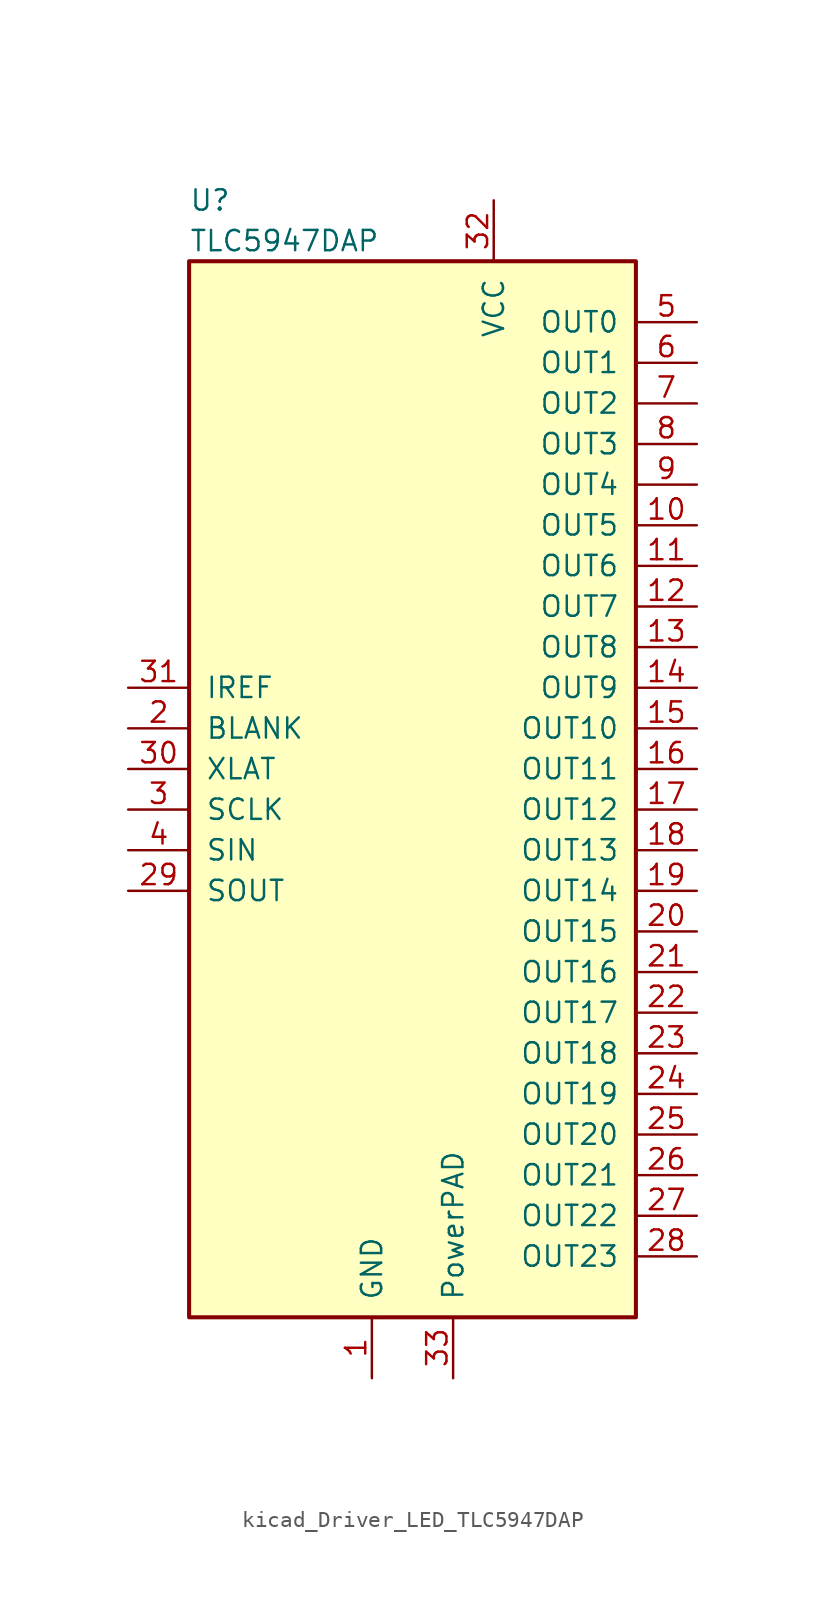
<source format=kicad_sym>
(kicad_symbol_lib
  (version 20220914)
  (generator kicad_symbol_editor)
  (symbol "kicad_Driver_LED_TLC5947DAP"
    (pin_names
      (offset 1.016))
    (property "Reference" "U"
      (at -13.97 38.1 0)
      (effects (font (size 1.27 1.27)) (justify left)))
    (property "Value" "TLC5947DAP"
      (at -13.97 35.56 0)
      (effects (font (size 1.27 1.27)) (justify left)))
    (symbol "kicad_Driver_LED_TLC5947DAP_0_1"
      (rectangle (start -13.97 34.29) (end 13.97 -31.75) (stroke (width 0.254) (type default)) (fill (type background)))
      (pin power_in line (at -2.54 -35.56 90) (length 3.81) (name "GND" (effects (font (size 1.27 1.27)))) (number "1" (effects (font (size 1.27 1.27)))))
      (pin output line (at 17.78 17.78 180) (length 3.81) (name "OUT5" (effects (font (size 1.27 1.27)))) (number "10" (effects (font (size 1.27 1.27)))))
      (pin output line (at 17.78 15.24 180) (length 3.81) (name "OUT6" (effects (font (size 1.27 1.27)))) (number "11" (effects (font (size 1.27 1.27)))))
      (pin output line (at 17.78 12.7 180) (length 3.81) (name "OUT7" (effects (font (size 1.27 1.27)))) (number "12" (effects (font (size 1.27 1.27)))))
      (pin output line (at 17.78 10.16 180) (length 3.81) (name "OUT8" (effects (font (size 1.27 1.27)))) (number "13" (effects (font (size 1.27 1.27)))))
      (pin output line (at 17.78 7.62 180) (length 3.81) (name "OUT9" (effects (font (size 1.27 1.27)))) (number "14" (effects (font (size 1.27 1.27)))))
      (pin output line (at 17.78 5.08 180) (length 3.81) (name "OUT10" (effects (font (size 1.27 1.27)))) (number "15" (effects (font (size 1.27 1.27)))))
      (pin output line (at 17.78 2.54 180) (length 3.81) (name "OUT11" (effects (font (size 1.27 1.27)))) (number "16" (effects (font (size 1.27 1.27)))))
      (pin output line (at 17.78 0 180) (length 3.81) (name "OUT12" (effects (font (size 1.27 1.27)))) (number "17" (effects (font (size 1.27 1.27)))))
      (pin output line (at 17.78 -2.54 180) (length 3.81) (name "OUT13" (effects (font (size 1.27 1.27)))) (number "18" (effects (font (size 1.27 1.27)))))
      (pin output line (at 17.78 -5.08 180) (length 3.81) (name "OUT14" (effects (font (size 1.27 1.27)))) (number "19" (effects (font (size 1.27 1.27)))))
      (pin input line (at -17.78 5.08 0) (length 3.81) (name "BLANK" (effects (font (size 1.27 1.27)))) (number "2" (effects (font (size 1.27 1.27)))))
      (pin output line (at 17.78 -7.62 180) (length 3.81) (name "OUT15" (effects (font (size 1.27 1.27)))) (number "20" (effects (font (size 1.27 1.27)))))
      (pin output line (at 17.78 -10.16 180) (length 3.81) (name "OUT16" (effects (font (size 1.27 1.27)))) (number "21" (effects (font (size 1.27 1.27)))))
      (pin output line (at 17.78 -12.7 180) (length 3.81) (name "OUT17" (effects (font (size 1.27 1.27)))) (number "22" (effects (font (size 1.27 1.27)))))
      (pin output line (at 17.78 -15.24 180) (length 3.81) (name "OUT18" (effects (font (size 1.27 1.27)))) (number "23" (effects (font (size 1.27 1.27)))))
      (pin output line (at 17.78 -17.78 180) (length 3.81) (name "OUT19" (effects (font (size 1.27 1.27)))) (number "24" (effects (font (size 1.27 1.27)))))
      (pin output line (at 17.78 -20.32 180) (length 3.81) (name "OUT20" (effects (font (size 1.27 1.27)))) (number "25" (effects (font (size 1.27 1.27)))))
      (pin output line (at 17.78 -22.86 180) (length 3.81) (name "OUT21" (effects (font (size 1.27 1.27)))) (number "26" (effects (font (size 1.27 1.27)))))
      (pin output line (at 17.78 -25.4 180) (length 3.81) (name "OUT22" (effects (font (size 1.27 1.27)))) (number "27" (effects (font (size 1.27 1.27)))))
      (pin output line (at 17.78 -27.94 180) (length 3.81) (name "OUT23" (effects (font (size 1.27 1.27)))) (number "28" (effects (font (size 1.27 1.27)))))
      (pin output line (at -17.78 -5.08 0) (length 3.81) (name "SOUT" (effects (font (size 1.27 1.27)))) (number "29" (effects (font (size 1.27 1.27)))))
      (pin input line (at -17.78 0 0) (length 3.81) (name "SCLK" (effects (font (size 1.27 1.27)))) (number "3" (effects (font (size 1.27 1.27)))))
      (pin input line (at -17.78 2.54 0) (length 3.81) (name "XLAT" (effects (font (size 1.27 1.27)))) (number "30" (effects (font (size 1.27 1.27)))))
      (pin input line (at -17.78 7.62 0) (length 3.81) (name "IREF" (effects (font (size 1.27 1.27)))) (number "31" (effects (font (size 1.27 1.27)))))
      (pin power_in line (at 5.08 38.1 270) (length 3.81) (name "VCC" (effects (font (size 1.27 1.27)))) (number "32" (effects (font (size 1.27 1.27)))))
      (pin power_in line (at 2.54 -35.56 90) (length 3.81) (name "PowerPAD" (effects (font (size 1.27 1.27)))) (number "33" (effects (font (size 1.27 1.27)))))
      (pin input line (at -17.78 -2.54 0) (length 3.81) (name "SIN" (effects (font (size 1.27 1.27)))) (number "4" (effects (font (size 1.27 1.27)))))
      (pin output line (at 17.78 30.48 180) (length 3.81) (name "OUT0" (effects (font (size 1.27 1.27)))) (number "5" (effects (font (size 1.27 1.27)))))
      (pin output line (at 17.78 27.94 180) (length 3.81) (name "OUT1" (effects (font (size 1.27 1.27)))) (number "6" (effects (font (size 1.27 1.27)))))
      (pin output line (at 17.78 25.4 180) (length 3.81) (name "OUT2" (effects (font (size 1.27 1.27)))) (number "7" (effects (font (size 1.27 1.27)))))
      (pin output line (at 17.78 22.86 180) (length 3.81) (name "OUT3" (effects (font (size 1.27 1.27)))) (number "8" (effects (font (size 1.27 1.27)))))
      (pin output line (at 17.78 20.32 180) (length 3.81) (name "OUT4" (effects (font (size 1.27 1.27)))) (number "9" (effects (font (size 1.27 1.27))))))))
</source>
